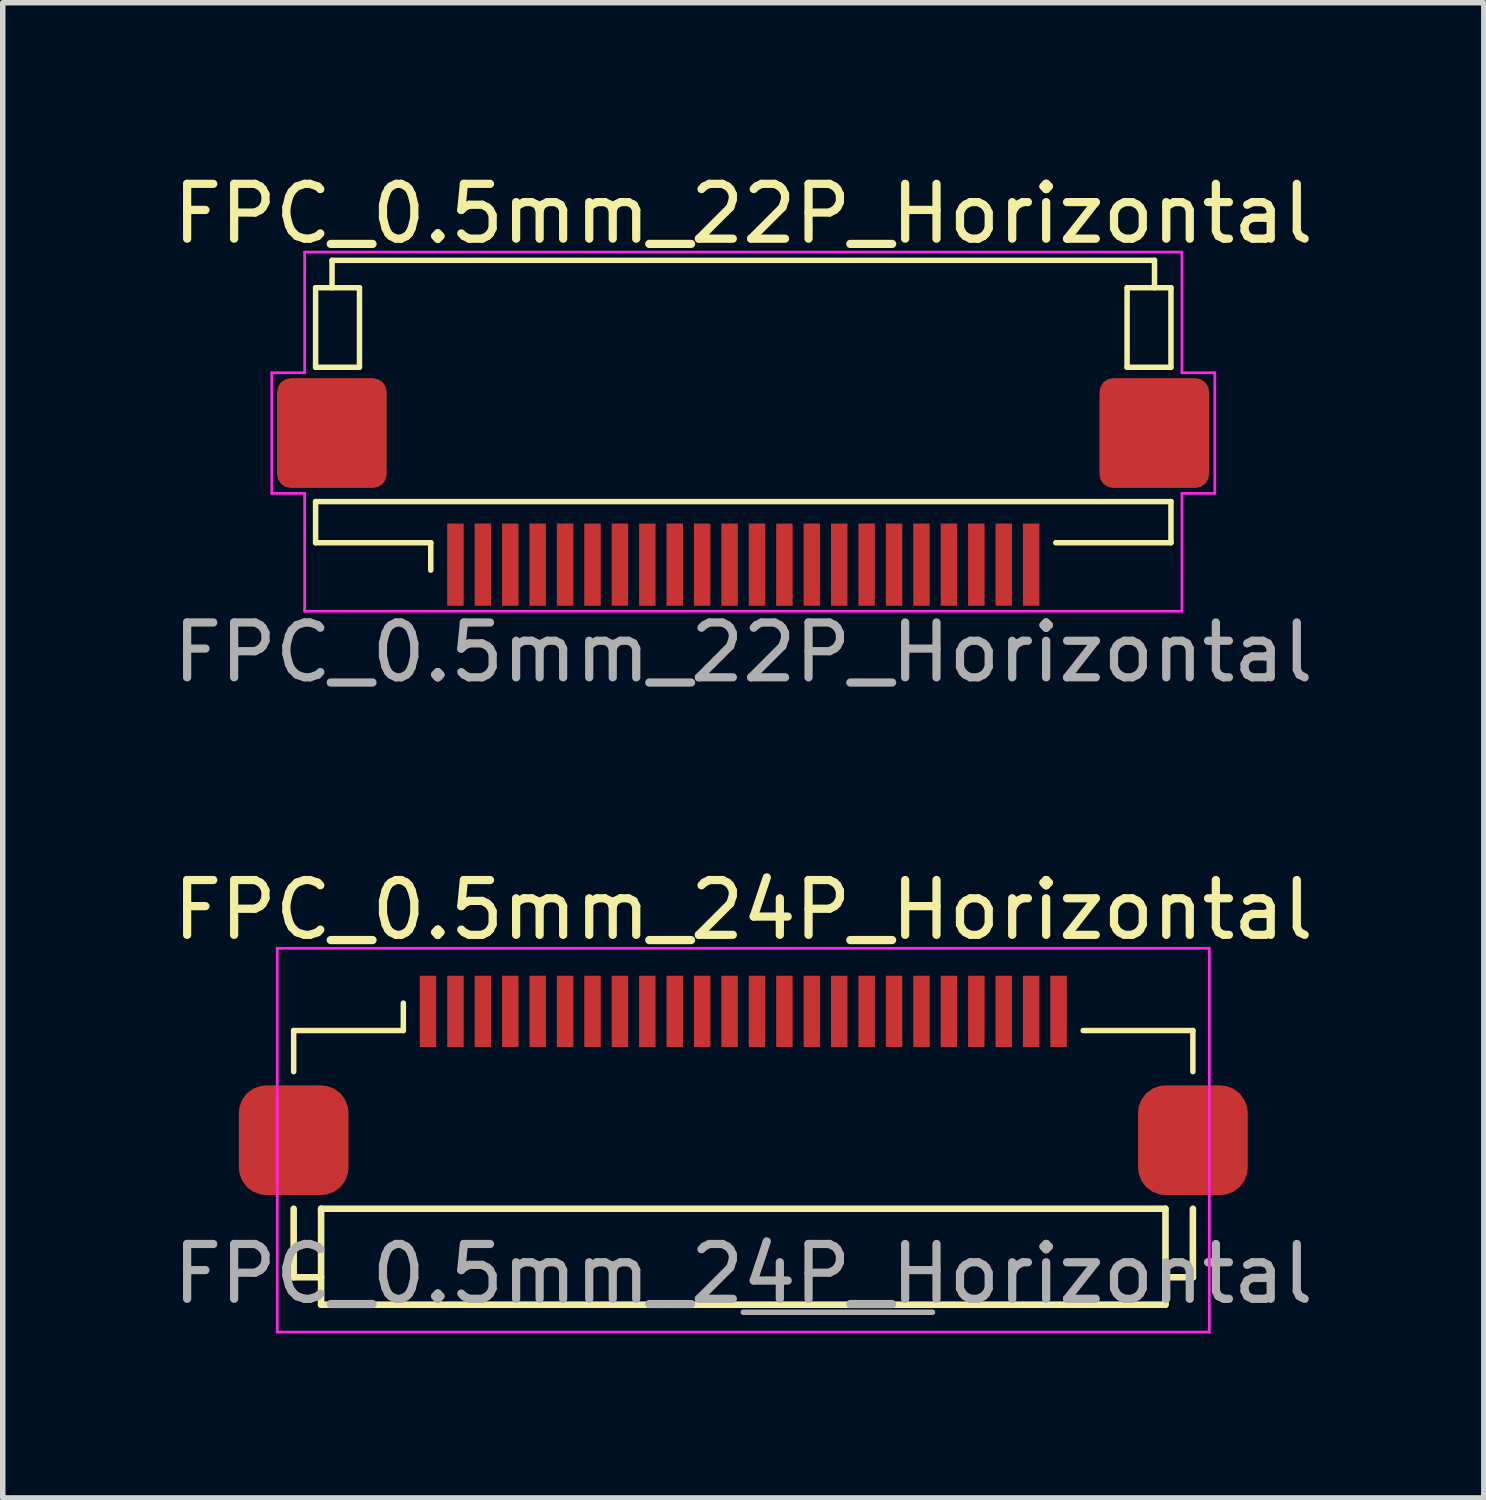
<source format=kicad_pcb>
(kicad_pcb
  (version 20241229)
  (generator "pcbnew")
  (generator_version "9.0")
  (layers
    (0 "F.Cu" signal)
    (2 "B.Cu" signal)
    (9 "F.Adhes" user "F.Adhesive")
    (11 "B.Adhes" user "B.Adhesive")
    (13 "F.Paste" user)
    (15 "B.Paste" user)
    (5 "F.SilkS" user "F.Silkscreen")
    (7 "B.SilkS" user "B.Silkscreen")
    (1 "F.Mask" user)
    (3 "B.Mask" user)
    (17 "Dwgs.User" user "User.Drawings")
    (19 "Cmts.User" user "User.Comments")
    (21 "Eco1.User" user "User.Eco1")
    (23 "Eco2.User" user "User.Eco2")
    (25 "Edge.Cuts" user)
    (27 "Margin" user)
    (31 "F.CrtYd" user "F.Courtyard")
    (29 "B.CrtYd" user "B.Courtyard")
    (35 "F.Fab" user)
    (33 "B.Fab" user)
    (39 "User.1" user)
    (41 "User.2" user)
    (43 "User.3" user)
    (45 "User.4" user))
  (footprint "FPC_0.5mm_22P_Horizontal"
    (layer "F.Cu")
    (at 10.506 6.848)
    (property "Reference" "FPC_0.5mm_22P_Horizontal" (at 0 -6 0) (layer "F.SilkS") (effects (font (size 1 1) (thickness 0.15))))
    (attr smd)
    (fp_line (start -7.8 -4.65) (end -7 -4.65) (stroke (width 0.1) (type default)) (layer "F.SilkS"))
    (fp_line (start -7.8 -3.2) (end -7.8 -4.65) (stroke (width 0.1) (type solid)) (layer "F.SilkS"))
    (fp_line (start -7.8 -3.2) (end -7 -3.2) (stroke (width 0.1) (type default)) (layer "F.SilkS"))
    (fp_line (start -7.8 -0.75) (end 7.8 -0.75) (stroke (width 0.1) (type default)) (layer "F.SilkS"))
    (fp_line (start -7.8 0) (end -7.8 -0.75) (stroke (width 0.1) (type solid)) (layer "F.SilkS"))
    (fp_line (start -7.5 -5.15) (end -7.5 -4.65) (stroke (width 0.1) (type default)) (layer "F.SilkS"))
    (fp_line (start -7 -4.65) (end -7 -3.2) (stroke (width 0.1) (type default)) (layer "F.SilkS"))
    (fp_line (start -5.7 0) (end -7.8 0) (stroke (width 0.1) (type solid)) (layer "F.SilkS"))
    (fp_line (start -5.7 0) (end -5.7 0.5) (stroke (width 0.1) (type solid)) (layer "F.SilkS"))
    (fp_line (start 5.7 0) (end 7.8 0.000003) (stroke (width 0.1) (type solid)) (layer "F.SilkS"))
    (fp_line (start 7 -4.65) (end 7.8 -4.65) (stroke (width 0.1) (type default)) (layer "F.SilkS"))
    (fp_line (start 7 -3.2) (end 7 -4.65) (stroke (width 0.1) (type default)) (layer "F.SilkS"))
    (fp_line (start 7 -3.2) (end 7.8 -3.2) (stroke (width 0.1) (type default)) (layer "F.SilkS"))
    (fp_line (start 7.5 -5.15) (end -7.5 -5.15) (stroke (width 0.1) (type solid)) (layer "F.SilkS"))
    (fp_line (start 7.5 -5.15) (end 7.5 -4.65) (stroke (width 0.1) (type default)) (layer "F.SilkS"))
    (fp_line (start 7.8 -3.2) (end 7.8 -4.65) (stroke (width 0.1) (type solid)) (layer "F.SilkS"))
    (fp_line (start 7.8 0.000003) (end 7.8 -0.75) (stroke (width 0.1) (type solid)) (layer "F.SilkS"))
    (fp_line (start -8.6 -3.1) (end -8.6 -0.9) (stroke (width 0.05) (type default)) (layer "F.CrtYd"))
    (fp_line (start -8.6 -0.9) (end -8 -0.9) (stroke (width 0.05) (type default)) (layer "F.CrtYd"))
    (fp_line (start -8 -5.3) (end -8 -3.1) (stroke (width 0.05) (type default)) (layer "F.CrtYd"))
    (fp_line (start -8 -3.1) (end -8.6 -3.1) (stroke (width 0.05) (type default)) (layer "F.CrtYd"))
    (fp_line (start -8 -0.9) (end -8 1.25) (stroke (width 0.05) (type default)) (layer "F.CrtYd"))
    (fp_line (start -8 1.25) (end 8 1.25) (stroke (width 0.05) (type solid)) (layer "F.CrtYd"))
    (fp_line (start 8 -5.3) (end -8 -5.3) (stroke (width 0.05) (type solid)) (layer "F.CrtYd"))
    (fp_line (start 8 -5.3) (end 8 -3.1) (stroke (width 0.05) (type default)) (layer "F.CrtYd"))
    (fp_line (start 8 -3.1) (end 8.6 -3.1) (stroke (width 0.05) (type default)) (layer "F.CrtYd"))
    (fp_line (start 8 -0.9) (end 8 1.25) (stroke (width 0.05) (type default)) (layer "F.CrtYd"))
    (fp_line (start 8.6 -3.1) (end 8.6 -0.9) (stroke (width 0.05) (type default)) (layer "F.CrtYd"))
    (fp_line (start 8.6 -0.9) (end 8 -0.9) (stroke (width 0.05) (type default)) (layer "F.CrtYd"))
    (fp_text user "${REFERENCE}" (at 0 2 180) (layer "F.Fab") (effects (font (size 1 1) (thickness 0.15))))
    (pad "1" smd rect (at -5.25 0.4 180) (size 0.3 1.5) (layers "F.Cu" "F.Mask" "F.Paste"))
    (pad "2" smd rect (at -4.75 0.4 180) (size 0.3 1.5) (layers "F.Cu" "F.Mask" "F.Paste"))
    (pad "3" smd rect (at -4.25 0.4 180) (size 0.3 1.5) (layers "F.Cu" "F.Mask" "F.Paste"))
    (pad "4" smd rect (at -3.75 0.4 180) (size 0.3 1.5) (layers "F.Cu" "F.Mask" "F.Paste"))
    (pad "5" smd rect (at -3.25 0.4 180) (size 0.3 1.5) (layers "F.Cu" "F.Mask" "F.Paste"))
    (pad "6" smd rect (at -2.75 0.4 180) (size 0.3 1.5) (layers "F.Cu" "F.Mask" "F.Paste"))
    (pad "7" smd rect (at -2.25 0.4 180) (size 0.3 1.5) (layers "F.Cu" "F.Mask" "F.Paste"))
    (pad "8" smd rect (at -1.75 0.4 180) (size 0.3 1.5) (layers "F.Cu" "F.Mask" "F.Paste"))
    (pad "9" smd rect (at -1.25 0.4 180) (size 0.3 1.5) (layers "F.Cu" "F.Mask" "F.Paste"))
    (pad "10" smd rect (at -0.75 0.4 180) (size 0.3 1.5) (layers "F.Cu" "F.Mask" "F.Paste"))
    (pad "11" smd rect (at -0.25 0.4 180) (size 0.3 1.5) (layers "F.Cu" "F.Mask" "F.Paste"))
    (pad "12" smd rect (at 0.25 0.4 180) (size 0.3 1.5) (layers "F.Cu" "F.Mask" "F.Paste"))
    (pad "13" smd rect (at 0.75 0.4 180) (size 0.3 1.5) (layers "F.Cu" "F.Mask" "F.Paste"))
    (pad "14" smd rect (at 1.25 0.4 180) (size 0.3 1.5) (layers "F.Cu" "F.Mask" "F.Paste"))
    (pad "15" smd rect (at 1.75 0.4 180) (size 0.3 1.5) (layers "F.Cu" "F.Mask" "F.Paste"))
    (pad "16" smd rect (at 2.25 0.4 180) (size 0.3 1.5) (layers "F.Cu" "F.Mask" "F.Paste"))
    (pad "17" smd rect (at 2.75 0.4 180) (size 0.3 1.5) (layers "F.Cu" "F.Mask" "F.Paste"))
    (pad "18" smd rect (at 3.25 0.4 180) (size 0.3 1.5) (layers "F.Cu" "F.Mask" "F.Paste"))
    (pad "19" smd rect (at 3.75 0.4 180) (size 0.3 1.5) (layers "F.Cu" "F.Mask" "F.Paste"))
    (pad "20" smd rect (at 4.25 0.4 180) (size 0.3 1.5) (layers "F.Cu" "F.Mask" "F.Paste"))
    (pad "21" smd rect (at 4.75 0.4 180) (size 0.3 1.5) (layers "F.Cu" "F.Mask" "F.Paste"))
    (pad "22" smd rect (at 5.25 0.4 180) (size 0.3 1.5) (layers "F.Cu" "F.Mask" "F.Paste"))
    (pad "MP" smd roundrect (at -7.504 -2 270) (size 2 2) (layers "F.Cu" "F.Mask" "F.Paste") (roundrect_rratio 0.125))
    (pad "MP" smd roundrect (at 7.496 -2 180) (size 2 2) (layers "F.Cu" "F.Mask" "F.Paste") (roundrect_rratio 0.125)))
  (footprint "FPC_0.5mm_24P_Horizontal"
    (layer "F.Cu")
    (at 10.506 17.245)
    (property "Reference" "FPC_0.5mm_24P_Horizontal" (at 0 -3.7 0) (layer "F.SilkS") (effects (font (size 1 1) (thickness 0.15))))
    (attr smd)
    (fp_line (start -8.2 -1.5) (end -8.2 -0.75) (stroke (width 0.1) (type solid)) (layer "F.SilkS"))
    (fp_line (start -8.2 1.75) (end -8.2 3) (stroke (width 0.12) (type solid)) (layer "F.SilkS"))
    (fp_line (start -8.2 3) (end -7.7 3) (stroke (width 0.12) (type default)) (layer "F.SilkS"))
    (fp_line (start -7.7 1.75) (end -7.7 3.5) (stroke (width 0.12) (type default)) (layer "F.SilkS"))
    (fp_line (start -7.7 1.75) (end 7.7 1.75) (stroke (width 0.12) (type default)) (layer "F.SilkS"))
    (fp_line (start -7.7 3.5) (end 7.7 3.5) (stroke (width 0.12) (type solid)) (layer "F.SilkS"))
    (fp_line (start -6.2 -1.5) (end -8.2 -1.5) (stroke (width 0.1) (type solid)) (layer "F.SilkS"))
    (fp_line (start -6.2 -1.5) (end -6.2 -2) (stroke (width 0.1) (type solid)) (layer "F.SilkS"))
    (fp_line (start 6.2 -1.5) (end 8.2 -1.5) (stroke (width 0.1) (type solid)) (layer "F.SilkS"))
    (fp_line (start 7.7 3.5) (end 7.7 1.75) (stroke (width 0.12) (type default)) (layer "F.SilkS"))
    (fp_line (start 8.2 -1.5) (end 8.2 -0.75) (stroke (width 0.1) (type solid)) (layer "F.SilkS"))
    (fp_line (start 8.2 1.75) (end 8.2 3) (stroke (width 0.12) (type solid)) (layer "F.SilkS"))
    (fp_line (start 8.2 3) (end 7.7 3) (stroke (width 0.12) (type default)) (layer "F.SilkS"))
    (fp_line (start -8.5 -3) (end -8.5 4) (stroke (width 0.05) (type solid)) (layer "F.CrtYd"))
    (fp_line (start -8.5 4) (end 8.5 4) (stroke (width 0.05) (type solid)) (layer "F.CrtYd"))
    (fp_line (start 8.5 -3) (end -8.5 -3) (stroke (width 0.05) (type solid)) (layer "F.CrtYd"))
    (fp_line (start 8.5 4) (end 8.5 -3) (stroke (width 0.05) (type solid)) (layer "F.CrtYd"))
    (fp_line (start 3.45 3.638) (end 0 3.638) (stroke (width 0.1) (type solid)) (layer "F.Fab"))
    (fp_text user "${REFERENCE}" (at 0 2.938 0) (layer "F.Fab") (effects (font (size 1 1) (thickness 0.15))))
    (pad "1" smd rect (at -5.75 -1.85) (size 0.3 1.3) (layers "F.Cu" "F.Mask" "F.Paste"))
    (pad "2" smd rect (at -5.25 -1.85) (size 0.3 1.3) (layers "F.Cu" "F.Mask" "F.Paste"))
    (pad "3" smd rect (at -4.75 -1.85) (size 0.3 1.3) (layers "F.Cu" "F.Mask" "F.Paste"))
    (pad "4" smd rect (at -4.25 -1.85) (size 0.3 1.3) (layers "F.Cu" "F.Mask" "F.Paste"))
    (pad "5" smd rect (at -3.75 -1.85) (size 0.3 1.3) (layers "F.Cu" "F.Mask" "F.Paste"))
    (pad "6" smd rect (at -3.25 -1.85) (size 0.3 1.3) (layers "F.Cu" "F.Mask" "F.Paste"))
    (pad "7" smd rect (at -2.75 -1.85) (size 0.3 1.3) (layers "F.Cu" "F.Mask" "F.Paste"))
    (pad "8" smd rect (at -2.25 -1.85) (size 0.3 1.3) (layers "F.Cu" "F.Mask" "F.Paste"))
    (pad "9" smd rect (at -1.75 -1.85) (size 0.3 1.3) (layers "F.Cu" "F.Mask" "F.Paste"))
    (pad "10" smd rect (at -1.25 -1.85) (size 0.3 1.3) (layers "F.Cu" "F.Mask" "F.Paste"))
    (pad "11" smd rect (at -0.75 -1.85) (size 0.3 1.3) (layers "F.Cu" "F.Mask" "F.Paste"))
    (pad "12" smd rect (at -0.25 -1.85) (size 0.3 1.3) (layers "F.Cu" "F.Mask" "F.Paste"))
    (pad "13" smd rect (at 0.25 -1.85) (size 0.3 1.3) (layers "F.Cu" "F.Mask" "F.Paste"))
    (pad "14" smd rect (at 0.75 -1.85) (size 0.3 1.3) (layers "F.Cu" "F.Mask" "F.Paste"))
    (pad "15" smd rect (at 1.25 -1.85) (size 0.3 1.3) (layers "F.Cu" "F.Mask" "F.Paste"))
    (pad "16" smd rect (at 1.75 -1.85) (size 0.3 1.3) (layers "F.Cu" "F.Mask" "F.Paste"))
    (pad "17" smd rect (at 2.25 -1.85) (size 0.3 1.3) (layers "F.Cu" "F.Mask" "F.Paste"))
    (pad "18" smd rect (at 2.75 -1.85) (size 0.3 1.3) (layers "F.Cu" "F.Mask" "F.Paste"))
    (pad "19" smd rect (at 3.25 -1.85) (size 0.3 1.3) (layers "F.Cu" "F.Mask" "F.Paste"))
    (pad "20" smd rect (at 3.75 -1.85) (size 0.3 1.3) (layers "F.Cu" "F.Mask" "F.Paste"))
    (pad "21" smd rect (at 4.25 -1.85) (size 0.3 1.3) (layers "F.Cu" "F.Mask" "F.Paste"))
    (pad "22" smd rect (at 4.75 -1.85) (size 0.3 1.3) (layers "F.Cu" "F.Mask" "F.Paste"))
    (pad "23" smd rect (at 5.25 -1.85) (size 0.3 1.3) (layers "F.Cu" "F.Mask" "F.Paste"))
    (pad "24" smd rect (at 5.75 -1.85) (size 0.3 1.3) (layers "F.Cu" "F.Mask" "F.Paste"))
    (pad "MP" smd roundrect (at -8.2 0.5) (size 2 2) (layers "F.Cu" "F.Mask" "F.Paste") (roundrect_rratio 0.25))
    (pad "MP" smd roundrect (at 8.2 0.5) (size 2 2) (layers "F.Cu" "F.Mask" "F.Paste") (roundrect_rratio 0.25)))
  (gr_rect
    (start -3 -3)
    (end 24.012 24.27)
    (stroke (width 0.1) (type default))
    (fill no)
    (layer "Edge.Cuts")))
</source>
